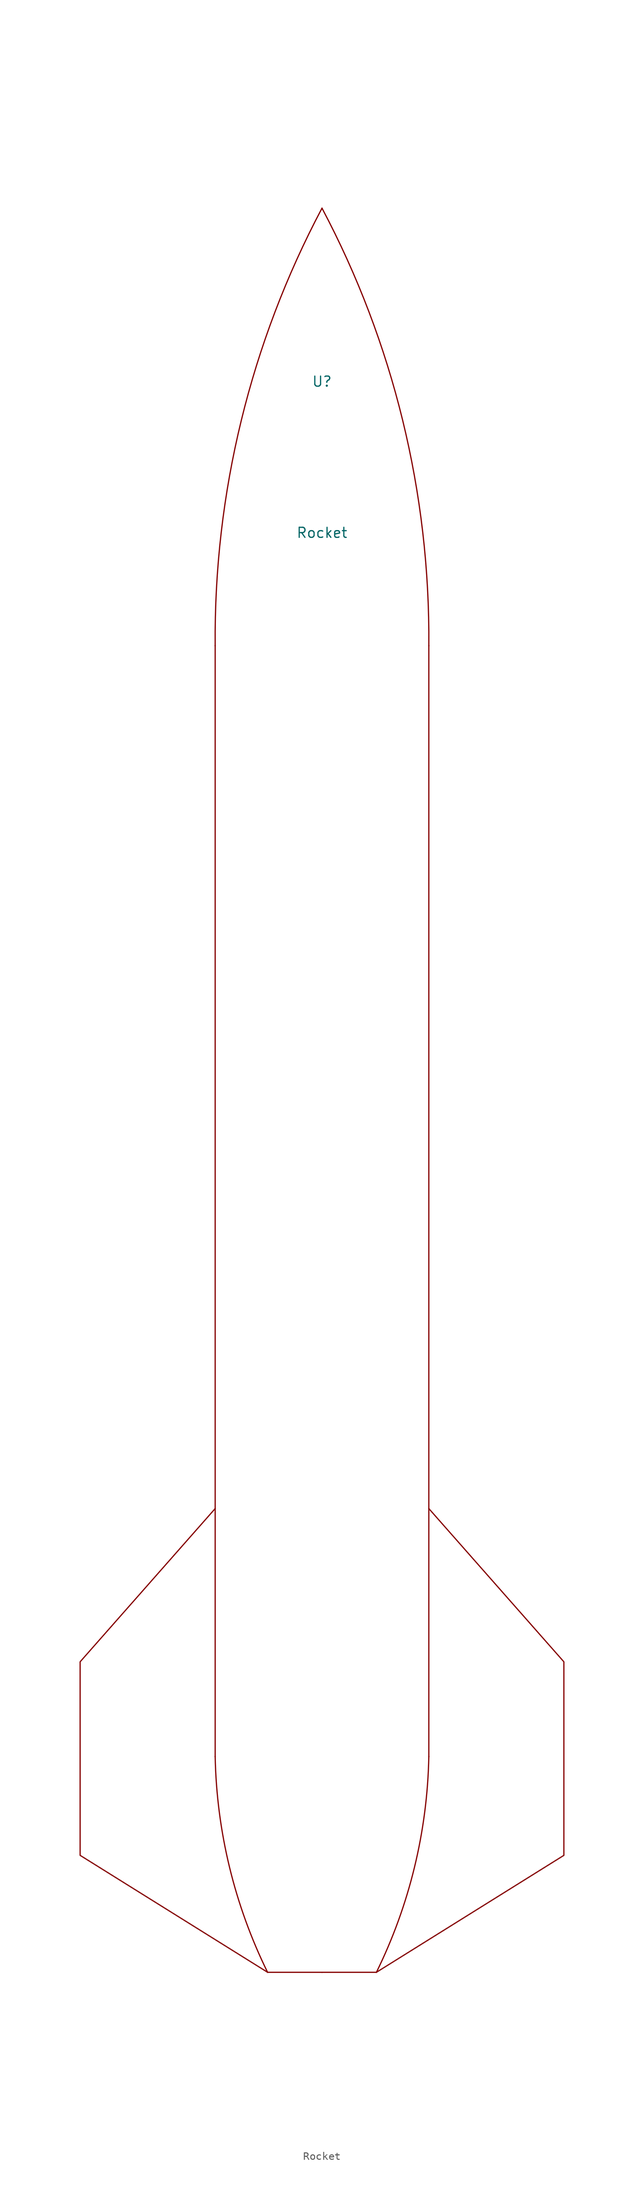
<source format=kicad_sym>
(kicad_symbol_lib
  (version 20211014)
  (generator kicad_symbol_editor)
  (symbol "Rocket"
    (pin_names
      (offset 1.016))
    (property "Reference" "U"
      (at 0 17.526 0)
      (effects (font (size 1.27 1.27))))
    (property "Value" "Rocket"
      (at 0 -1.524 0)
      (effects (font (size 1.27 1.27))))
    (symbol "Rocket_0_1"
      (polyline (pts (xy -13.462 -155.702) (xy -13.462 -15.748)) (stroke (width 0) (type default) (color 0 0 0 0)) (fill (type none)))
      (polyline (pts (xy 0 -182.88) (xy 6.858 -182.88)) (stroke (width 0) (type default) (color 0 0 0 0)) (fill (type none)))
      (polyline (pts (xy 13.462 -155.702) (xy 13.462 -15.748)) (stroke (width 0) (type default) (color 0 0 0 0)) (fill (type none)))
      (polyline (pts (xy 6.858 -182.88) (xy 30.48 -168.148) (xy 30.48 -143.764) (xy 13.462 -124.46)) (stroke (width 0) (type default) (color 0 0 0 0)) (fill (type none)))
      (arc (start 13.462 -15.748) (mid 10.164 12.6493) (end 0 39.37) (stroke (width 0) (type default) (color 0 0 0 0)) (fill (type none))))
    (symbol "Rocket_1_1"
      (arc (start -13.462 -155.702) (mid -11.6514 -169.6533) (end -6.858 -182.88) (stroke (width 0) (type default) (color 0 0 0 0)) (fill (type none)))
      (polyline (pts (xy -6.858 -182.88) (xy 0 -182.88)) (stroke (width 0) (type default) (color 0 0 0 0)) (fill (type none)))
      (polyline (pts (xy -6.858 -182.88) (xy -30.48 -168.148) (xy -30.48 -143.764) (xy -13.462 -124.46)) (stroke (width 0) (type default) (color 0 0 0 0)) (fill (type none)))
      (arc (start 0 39.37) (mid -10.1662 12.6499) (end -13.462 -15.748) (stroke (width 0) (type default) (color 0 0 0 0)) (fill (type none)))
      (arc (start 6.858 -182.88) (mid 11.6526 -169.6536) (end 13.462 -155.702) (stroke (width 0) (type default) (color 0 0 0 0)) (fill (type none))))))
</source>
